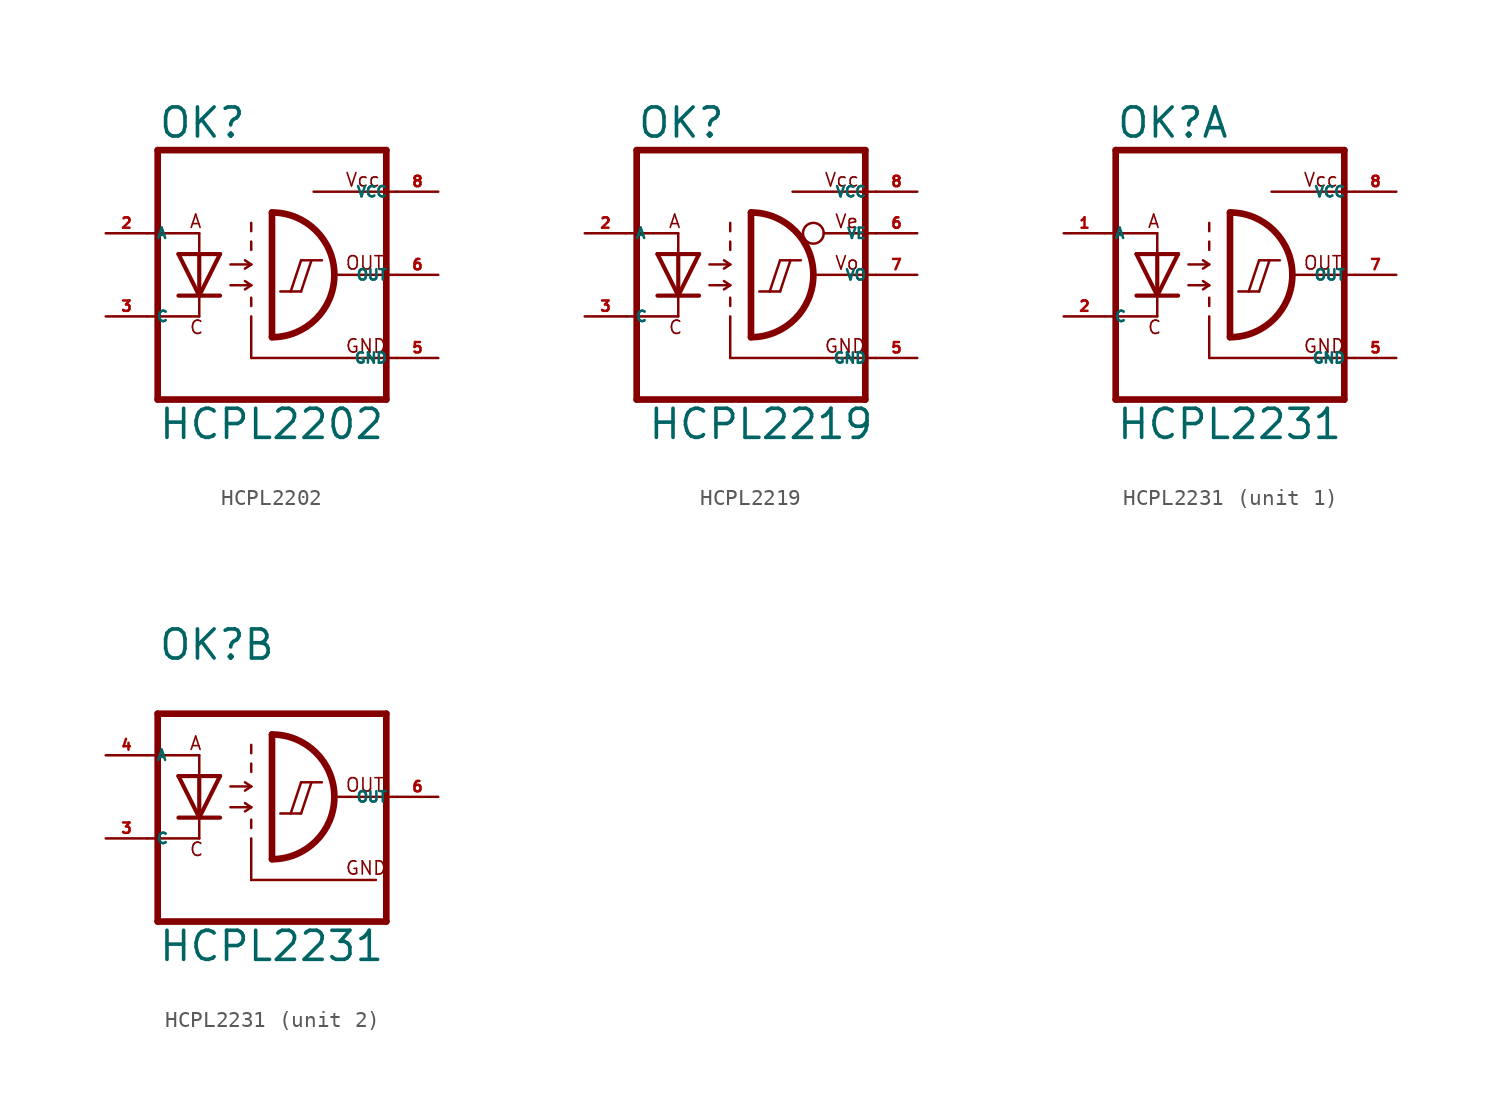
<source format=kicad_sym>
(kicad_symbol_lib
  (version 20220914)
  (generator kicad_symbol_editor)
  (symbol "HCPL2202"
    (property "Reference" "OK"
      (at -6.985 8.255 0)
      (effects (font (size 1.778 1.778) (thickness 0.22)) (justify left bottom)))
    (property "Value" "HCPL2202"
      (at -6.985 -10.16 0)
      (effects (font (size 1.778 1.778) (thickness 0.22)) (justify left bottom)))
    (symbol "HCPL2202_1_1"
      (arc (start 0 -3.81) (mid 3.7934 0) (end 0 3.81) (stroke (width 0.4064) (type default)) (fill (type none)))
      (polyline (pts (xy -7.62 -2.54) (xy -4.445 -2.54)) (stroke (width 0.152) (type default)) (fill (type none)))
      (polyline (pts (xy -7.62 2.54) (xy -4.445 2.54)) (stroke (width 0.152) (type default)) (fill (type none)))
      (polyline (pts (xy -6.985 7.62) (xy -6.985 -7.62)) (stroke (width 0.406) (type default)) (fill (type none)))
      (polyline (pts (xy -4.445 -2.54) (xy -4.445 -1.27)) (stroke (width 0.152) (type default)) (fill (type none)))
      (polyline (pts (xy -4.445 -1.27) (xy -5.715 -1.27)) (stroke (width 0.254) (type default)) (fill (type none)))
      (polyline (pts (xy -4.445 -1.27) (xy -5.715 1.27)) (stroke (width 0.254) (type default)) (fill (type none)))
      (polyline (pts (xy -4.445 1.27) (xy -5.715 1.27)) (stroke (width 0.254) (type default)) (fill (type none)))
      (polyline (pts (xy -4.445 1.27) (xy -4.445 -1.27)) (stroke (width 0.254) (type default)) (fill (type none)))
      (polyline (pts (xy -4.445 1.27) (xy -4.445 2.54)) (stroke (width 0.152) (type default)) (fill (type none)))
      (polyline (pts (xy -3.175 -1.27) (xy -4.445 -1.27)) (stroke (width 0.254) (type default)) (fill (type none)))
      (polyline (pts (xy -3.175 1.27) (xy -4.445 -1.27)) (stroke (width 0.254) (type default)) (fill (type none)))
      (polyline (pts (xy -3.175 1.27) (xy -4.445 1.27)) (stroke (width 0.254) (type default)) (fill (type none)))
      (polyline (pts (xy -2.54 -0.635) (xy -1.27 -0.635)) (stroke (width 0.152) (type default)) (fill (type none)))
      (polyline (pts (xy -2.54 0.635) (xy -1.27 0.635)) (stroke (width 0.152) (type default)) (fill (type none)))
      (polyline (pts (xy -1.27 -5.08) (xy -1.27 -2.54)) (stroke (width 0.152) (type default)) (fill (type none)))
      (polyline (pts (xy -1.27 -5.08) (xy 7.62 -5.08)) (stroke (width 0.152) (type default)) (fill (type none)))
      (polyline (pts (xy -1.27 -1.905) (xy -1.27 -1.397)) (stroke (width 0.152) (type default)) (fill (type none)))
      (polyline (pts (xy -1.27 -0.635) (xy -1.651 -0.889)) (stroke (width 0.152) (type default)) (fill (type none)))
      (polyline (pts (xy -1.27 -0.635) (xy -1.651 -0.381)) (stroke (width 0.152) (type default)) (fill (type none)))
      (polyline (pts (xy -1.27 0.635) (xy -1.651 0.381)) (stroke (width 0.152) (type default)) (fill (type none)))
      (polyline (pts (xy -1.27 0.635) (xy -1.651 0.889)) (stroke (width 0.152) (type default)) (fill (type none)))
      (polyline (pts (xy -1.27 1.524) (xy -1.27 2.032)) (stroke (width 0.152) (type default)) (fill (type none)))
      (polyline (pts (xy -1.27 2.667) (xy -1.27 3.175)) (stroke (width 0.152) (type default)) (fill (type none)))
      (polyline (pts (xy 0 3.81) (xy 0 -3.81)) (stroke (width 0.406) (type default)) (fill (type none)))
      (polyline (pts (xy 0.508 -1.016) (xy 1.143 -1.016)) (stroke (width 0.152) (type default)) (fill (type none)))
      (polyline (pts (xy 1.143 -1.016) (xy 1.778 -1.016)) (stroke (width 0.152) (type default)) (fill (type none)))
      (polyline (pts (xy 1.143 -1.016) (xy 1.778 0.889)) (stroke (width 0.152) (type default)) (fill (type none)))
      (polyline (pts (xy 1.778 -1.016) (xy 2.413 0.889)) (stroke (width 0.152) (type default)) (fill (type none)))
      (polyline (pts (xy 1.778 0.889) (xy 2.413 0.889)) (stroke (width 0.152) (type default)) (fill (type none)))
      (polyline (pts (xy 2.413 0.889) (xy 3.048 0.889)) (stroke (width 0.152) (type default)) (fill (type none)))
      (polyline (pts (xy 2.54 5.08) (xy 7.62 5.08)) (stroke (width 0.152) (type default)) (fill (type none)))
      (polyline (pts (xy 3.937 0) (xy 7.62 0)) (stroke (width 0.152) (type default)) (fill (type none)))
      (polyline (pts (xy 6.985 -7.62) (xy -6.985 -7.62)) (stroke (width 0.406) (type default)) (fill (type none)))
      (polyline (pts (xy 6.985 7.62) (xy -6.985 7.62)) (stroke (width 0.406) (type default)) (fill (type none)))
      (polyline (pts (xy 6.985 7.62) (xy 6.985 -7.62)) (stroke (width 0.406) (type default)) (fill (type none)))
      (text "A" (at -5.08 2.794 0) (effects (font (size 0.813 0.813) (thickness 0.1)) (justify left bottom)))
      (text "C" (at -5.08 -3.683 0) (effects (font (size 0.813 0.813) (thickness 0.1)) (justify left bottom)))
      (text "GND" (at 4.445 -4.826 0) (effects (font (size 0.813 0.813) (thickness 0.1)) (justify left bottom)))
      (text "OUT" (at 4.445 0.254 0) (effects (font (size 0.813 0.813) (thickness 0.1)) (justify left bottom)))
      (text "Vcc" (at 4.445 5.334 0) (effects (font (size 0.813 0.813) (thickness 0.1)) (justify left bottom)))
      (pin passive line (at -10.16 2.54 0) (length 2.54) (name "A" (effects (font (size 0.635 0.635)))) (number "2" (effects (font (size 0.635 0.635)))))
      (pin passive line (at -10.16 -2.54 0) (length 2.54) (name "C" (effects (font (size 0.635 0.635)))) (number "3" (effects (font (size 0.635 0.635)))))
      (pin passive line (at 10.16 -5.08 180) (length 2.54) (name "GND" (effects (font (size 0.635 0.635)))) (number "5" (effects (font (size 0.635 0.635)))))
      (pin passive line (at 10.16 0 180) (length 2.54) (name "OUT" (effects (font (size 0.635 0.635)))) (number "6" (effects (font (size 0.635 0.635)))))
      (pin passive line (at 10.16 5.08 180) (length 2.54) (name "VCC" (effects (font (size 0.635 0.635)))) (number "8" (effects (font (size 0.635 0.635)))))))
  (symbol "HCPL2219"
    (property "Reference" "OK"
      (at -6.985 8.255 0)
      (effects (font (size 1.778 1.778) (thickness 0.22)) (justify left bottom)))
    (property "Value" "HCPL2219"
      (at -6.35 -10.16 0)
      (effects (font (size 1.778 1.778) (thickness 0.22)) (justify left bottom)))
    (symbol "HCPL2219_1_1"
      (arc (start 0 -3.81) (mid 3.7934 0) (end 0 3.81) (stroke (width 0.4064) (type default)) (fill (type none)))
      (polyline (pts (xy -7.62 -2.54) (xy -4.445 -2.54)) (stroke (width 0.152) (type default)) (fill (type none)))
      (polyline (pts (xy -7.62 2.54) (xy -4.445 2.54)) (stroke (width 0.152) (type default)) (fill (type none)))
      (polyline (pts (xy -6.985 7.62) (xy -6.985 -7.62)) (stroke (width 0.406) (type default)) (fill (type none)))
      (polyline (pts (xy -4.445 -2.54) (xy -4.445 -1.27)) (stroke (width 0.152) (type default)) (fill (type none)))
      (polyline (pts (xy -4.445 -1.27) (xy -5.715 -1.27)) (stroke (width 0.254) (type default)) (fill (type none)))
      (polyline (pts (xy -4.445 -1.27) (xy -5.715 1.27)) (stroke (width 0.254) (type default)) (fill (type none)))
      (polyline (pts (xy -4.445 1.27) (xy -5.715 1.27)) (stroke (width 0.254) (type default)) (fill (type none)))
      (polyline (pts (xy -4.445 1.27) (xy -4.445 -1.27)) (stroke (width 0.254) (type default)) (fill (type none)))
      (polyline (pts (xy -4.445 1.27) (xy -4.445 2.54)) (stroke (width 0.152) (type default)) (fill (type none)))
      (polyline (pts (xy -3.175 -1.27) (xy -4.445 -1.27)) (stroke (width 0.254) (type default)) (fill (type none)))
      (polyline (pts (xy -3.175 1.27) (xy -4.445 -1.27)) (stroke (width 0.254) (type default)) (fill (type none)))
      (polyline (pts (xy -3.175 1.27) (xy -4.445 1.27)) (stroke (width 0.254) (type default)) (fill (type none)))
      (polyline (pts (xy -2.54 -0.635) (xy -1.27 -0.635)) (stroke (width 0.152) (type default)) (fill (type none)))
      (polyline (pts (xy -2.54 0.635) (xy -1.27 0.635)) (stroke (width 0.152) (type default)) (fill (type none)))
      (polyline (pts (xy -1.27 -5.08) (xy -1.27 -2.54)) (stroke (width 0.152) (type default)) (fill (type none)))
      (polyline (pts (xy -1.27 -5.08) (xy 7.62 -5.08)) (stroke (width 0.152) (type default)) (fill (type none)))
      (polyline (pts (xy -1.27 -1.905) (xy -1.27 -1.397)) (stroke (width 0.152) (type default)) (fill (type none)))
      (polyline (pts (xy -1.27 -0.635) (xy -1.651 -0.889)) (stroke (width 0.152) (type default)) (fill (type none)))
      (polyline (pts (xy -1.27 -0.635) (xy -1.651 -0.381)) (stroke (width 0.152) (type default)) (fill (type none)))
      (polyline (pts (xy -1.27 0.635) (xy -1.651 0.381)) (stroke (width 0.152) (type default)) (fill (type none)))
      (polyline (pts (xy -1.27 0.635) (xy -1.651 0.889)) (stroke (width 0.152) (type default)) (fill (type none)))
      (polyline (pts (xy -1.27 1.524) (xy -1.27 2.032)) (stroke (width 0.152) (type default)) (fill (type none)))
      (polyline (pts (xy -1.27 2.667) (xy -1.27 3.175)) (stroke (width 0.152) (type default)) (fill (type none)))
      (polyline (pts (xy 0 3.81) (xy 0 -3.81)) (stroke (width 0.406) (type default)) (fill (type none)))
      (polyline (pts (xy 0.508 -1.016) (xy 1.143 -1.016)) (stroke (width 0.152) (type default)) (fill (type none)))
      (polyline (pts (xy 1.143 -1.016) (xy 1.778 -1.016)) (stroke (width 0.152) (type default)) (fill (type none)))
      (polyline (pts (xy 1.143 -1.016) (xy 1.778 0.889)) (stroke (width 0.152) (type default)) (fill (type none)))
      (polyline (pts (xy 1.778 -1.016) (xy 2.413 0.889)) (stroke (width 0.152) (type default)) (fill (type none)))
      (polyline (pts (xy 1.778 0.889) (xy 2.413 0.889)) (stroke (width 0.152) (type default)) (fill (type none)))
      (polyline (pts (xy 2.413 0.889) (xy 3.048 0.889)) (stroke (width 0.152) (type default)) (fill (type none)))
      (polyline (pts (xy 2.54 5.08) (xy 7.62 5.08)) (stroke (width 0.152) (type default)) (fill (type none)))
      (polyline (pts (xy 3.937 0) (xy 7.62 0)) (stroke (width 0.152) (type default)) (fill (type none)))
      (polyline (pts (xy 4.445 2.54) (xy 7.62 2.54)) (stroke (width 0.152) (type default)) (fill (type none)))
      (polyline (pts (xy 6.985 -7.62) (xy -6.985 -7.62)) (stroke (width 0.406) (type default)) (fill (type none)))
      (polyline (pts (xy 6.985 7.62) (xy -6.985 7.62)) (stroke (width 0.406) (type default)) (fill (type none)))
      (polyline (pts (xy 6.985 7.62) (xy 6.985 -7.62)) (stroke (width 0.406) (type default)) (fill (type none)))
      (circle (center 3.81 2.54) (radius 0.635) (stroke (width 0.152) (type default)) (fill (type none)))
      (text "A" (at -5.08 2.794 0) (effects (font (size 0.813 0.813) (thickness 0.1)) (justify left bottom)))
      (text "C" (at -5.08 -3.683 0) (effects (font (size 0.813 0.813) (thickness 0.1)) (justify left bottom)))
      (text "GND" (at 4.445 -4.826 0) (effects (font (size 0.813 0.813) (thickness 0.1)) (justify left bottom)))
      (text "Vcc" (at 4.445 5.334 0) (effects (font (size 0.813 0.813) (thickness 0.1)) (justify left bottom)))
      (text "Ve" (at 5.08 2.794 0) (effects (font (size 0.813 0.813) (thickness 0.1)) (justify left bottom)))
      (text "Vo" (at 5.08 0.254 0) (effects (font (size 0.813 0.813) (thickness 0.1)) (justify left bottom)))
      (pin passive line (at -10.16 2.54 0) (length 2.54) (name "A" (effects (font (size 0.635 0.635)))) (number "2" (effects (font (size 0.635 0.635)))))
      (pin passive line (at -10.16 -2.54 0) (length 2.54) (name "C" (effects (font (size 0.635 0.635)))) (number "3" (effects (font (size 0.635 0.635)))))
      (pin passive line (at 10.16 -5.08 180) (length 2.54) (name "GND" (effects (font (size 0.635 0.635)))) (number "5" (effects (font (size 0.635 0.635)))))
      (pin passive line (at 10.16 2.54 180) (length 2.54) (name "VE" (effects (font (size 0.635 0.635)))) (number "6" (effects (font (size 0.635 0.635)))))
      (pin passive line (at 10.16 0 180) (length 2.54) (name "VO" (effects (font (size 0.635 0.635)))) (number "7" (effects (font (size 0.635 0.635)))))
      (pin passive line (at 10.16 5.08 180) (length 2.54) (name "VCC" (effects (font (size 0.635 0.635)))) (number "8" (effects (font (size 0.635 0.635)))))))
  (symbol "HCPL2231"
    (property "Reference" "OK"
      (at -6.985 8.255 0)
      (effects (font (size 1.778 1.778) (thickness 0.22)) (justify left bottom)))
    (property "Value" "HCPL2231"
      (at -6.985 -10.16 0)
      (effects (font (size 1.778 1.778) (thickness 0.22)) (justify left bottom)))
    (symbol "HCPL2231_1_0"
      (arc (start 0 -3.81) (mid 3.7934 0) (end 0 3.81) (stroke (width 0.4064) (type default)) (fill (type none)))
      (polyline (pts (xy -7.62 -2.54) (xy -4.445 -2.54)) (stroke (width 0.152) (type default)) (fill (type none)))
      (polyline (pts (xy -7.62 2.54) (xy -4.445 2.54)) (stroke (width 0.152) (type default)) (fill (type none)))
      (polyline (pts (xy -6.985 7.62) (xy -6.985 -7.62)) (stroke (width 0.406) (type default)) (fill (type none)))
      (polyline (pts (xy -4.445 -2.54) (xy -4.445 -1.27)) (stroke (width 0.152) (type default)) (fill (type none)))
      (polyline (pts (xy -4.445 -1.27) (xy -5.715 -1.27)) (stroke (width 0.254) (type default)) (fill (type none)))
      (polyline (pts (xy -4.445 -1.27) (xy -5.715 1.27)) (stroke (width 0.254) (type default)) (fill (type none)))
      (polyline (pts (xy -4.445 1.27) (xy -5.715 1.27)) (stroke (width 0.254) (type default)) (fill (type none)))
      (polyline (pts (xy -4.445 1.27) (xy -4.445 -1.27)) (stroke (width 0.254) (type default)) (fill (type none)))
      (polyline (pts (xy -4.445 1.27) (xy -4.445 2.54)) (stroke (width 0.152) (type default)) (fill (type none)))
      (polyline (pts (xy -3.175 -1.27) (xy -4.445 -1.27)) (stroke (width 0.254) (type default)) (fill (type none)))
      (polyline (pts (xy -3.175 1.27) (xy -4.445 -1.27)) (stroke (width 0.254) (type default)) (fill (type none)))
      (polyline (pts (xy -3.175 1.27) (xy -4.445 1.27)) (stroke (width 0.254) (type default)) (fill (type none)))
      (polyline (pts (xy -2.54 -0.635) (xy -1.27 -0.635)) (stroke (width 0.152) (type default)) (fill (type none)))
      (polyline (pts (xy -2.54 0.635) (xy -1.27 0.635)) (stroke (width 0.152) (type default)) (fill (type none)))
      (polyline (pts (xy -1.27 -5.08) (xy -1.27 -2.54)) (stroke (width 0.152) (type default)) (fill (type none)))
      (polyline (pts (xy -1.27 -5.08) (xy 7.62 -5.08)) (stroke (width 0.152) (type default)) (fill (type none)))
      (polyline (pts (xy -1.27 -1.905) (xy -1.27 -1.397)) (stroke (width 0.152) (type default)) (fill (type none)))
      (polyline (pts (xy -1.27 -0.635) (xy -1.651 -0.889)) (stroke (width 0.152) (type default)) (fill (type none)))
      (polyline (pts (xy -1.27 -0.635) (xy -1.651 -0.381)) (stroke (width 0.152) (type default)) (fill (type none)))
      (polyline (pts (xy -1.27 0.635) (xy -1.651 0.381)) (stroke (width 0.152) (type default)) (fill (type none)))
      (polyline (pts (xy -1.27 0.635) (xy -1.651 0.889)) (stroke (width 0.152) (type default)) (fill (type none)))
      (polyline (pts (xy -1.27 1.524) (xy -1.27 2.032)) (stroke (width 0.152) (type default)) (fill (type none)))
      (polyline (pts (xy -1.27 2.667) (xy -1.27 3.175)) (stroke (width 0.152) (type default)) (fill (type none)))
      (polyline (pts (xy 0 3.81) (xy 0 -3.81)) (stroke (width 0.406) (type default)) (fill (type none)))
      (polyline (pts (xy 0.508 -1.016) (xy 1.143 -1.016)) (stroke (width 0.152) (type default)) (fill (type none)))
      (polyline (pts (xy 1.143 -1.016) (xy 1.778 -1.016)) (stroke (width 0.152) (type default)) (fill (type none)))
      (polyline (pts (xy 1.143 -1.016) (xy 1.778 0.889)) (stroke (width 0.152) (type default)) (fill (type none)))
      (polyline (pts (xy 1.778 -1.016) (xy 2.413 0.889)) (stroke (width 0.152) (type default)) (fill (type none)))
      (polyline (pts (xy 1.778 0.889) (xy 2.413 0.889)) (stroke (width 0.152) (type default)) (fill (type none)))
      (polyline (pts (xy 2.413 0.889) (xy 3.048 0.889)) (stroke (width 0.152) (type default)) (fill (type none)))
      (polyline (pts (xy 2.54 5.08) (xy 7.62 5.08)) (stroke (width 0.152) (type default)) (fill (type none)))
      (polyline (pts (xy 3.937 0) (xy 7.62 0)) (stroke (width 0.152) (type default)) (fill (type none)))
      (polyline (pts (xy 6.985 -7.62) (xy -6.985 -7.62)) (stroke (width 0.406) (type default)) (fill (type none)))
      (polyline (pts (xy 6.985 7.62) (xy -6.985 7.62)) (stroke (width 0.406) (type default)) (fill (type none)))
      (polyline (pts (xy 6.985 7.62) (xy 6.985 -7.62)) (stroke (width 0.406) (type default)) (fill (type none)))
      (text "A" (at -5.08 2.794 0) (effects (font (size 0.813 0.813) (thickness 0.1)) (justify left bottom)))
      (text "C" (at -5.08 -3.683 0) (effects (font (size 0.813 0.813) (thickness 0.1)) (justify left bottom)))
      (text "GND" (at 4.445 -4.826 0) (effects (font (size 0.813 0.813) (thickness 0.1)) (justify left bottom)))
      (text "OUT" (at 4.445 0.254 0) (effects (font (size 0.813 0.813) (thickness 0.1)) (justify left bottom)))
      (text "Vcc" (at 4.445 5.334 0) (effects (font (size 0.813 0.813) (thickness 0.1)) (justify left bottom)))
      (pin passive line (at -10.16 2.54 0) (length 2.54) (name "A" (effects (font (size 0.635 0.635)))) (number "1" (effects (font (size 0.635 0.635)))))
      (pin passive line (at -10.16 -2.54 0) (length 2.54) (name "C" (effects (font (size 0.635 0.635)))) (number "2" (effects (font (size 0.635 0.635)))))
      (pin passive line (at 10.16 -5.08 180) (length 2.54) (name "GND" (effects (font (size 0.635 0.635)))) (number "5" (effects (font (size 0.635 0.635)))))
      (pin passive line (at 10.16 0 180) (length 2.54) (name "OUT" (effects (font (size 0.635 0.635)))) (number "7" (effects (font (size 0.635 0.635)))))
      (pin passive line (at 10.16 5.08 180) (length 2.54) (name "VCC" (effects (font (size 0.635 0.635)))) (number "8" (effects (font (size 0.635 0.635))))))
    (symbol "HCPL2231_2_0"
      (arc (start 0 -3.81) (mid 3.7934 0) (end 0 3.81) (stroke (width 0.4064) (type default)) (fill (type none)))
      (polyline (pts (xy -7.62 -2.54) (xy -4.445 -2.54)) (stroke (width 0.152) (type default)) (fill (type none)))
      (polyline (pts (xy -7.62 2.54) (xy -4.445 2.54)) (stroke (width 0.152) (type default)) (fill (type none)))
      (polyline (pts (xy -6.985 5.08) (xy -6.985 -7.62)) (stroke (width 0.406) (type default)) (fill (type none)))
      (polyline (pts (xy -4.445 -2.54) (xy -4.445 -1.27)) (stroke (width 0.152) (type default)) (fill (type none)))
      (polyline (pts (xy -4.445 -1.27) (xy -5.715 -1.27)) (stroke (width 0.254) (type default)) (fill (type none)))
      (polyline (pts (xy -4.445 -1.27) (xy -5.715 1.27)) (stroke (width 0.254) (type default)) (fill (type none)))
      (polyline (pts (xy -4.445 1.27) (xy -5.715 1.27)) (stroke (width 0.254) (type default)) (fill (type none)))
      (polyline (pts (xy -4.445 1.27) (xy -4.445 -1.27)) (stroke (width 0.254) (type default)) (fill (type none)))
      (polyline (pts (xy -4.445 1.27) (xy -4.445 2.54)) (stroke (width 0.152) (type default)) (fill (type none)))
      (polyline (pts (xy -3.175 -1.27) (xy -4.445 -1.27)) (stroke (width 0.254) (type default)) (fill (type none)))
      (polyline (pts (xy -3.175 1.27) (xy -4.445 -1.27)) (stroke (width 0.254) (type default)) (fill (type none)))
      (polyline (pts (xy -3.175 1.27) (xy -4.445 1.27)) (stroke (width 0.254) (type default)) (fill (type none)))
      (polyline (pts (xy -2.54 -0.635) (xy -1.27 -0.635)) (stroke (width 0.152) (type default)) (fill (type none)))
      (polyline (pts (xy -2.54 0.635) (xy -1.27 0.635)) (stroke (width 0.152) (type default)) (fill (type none)))
      (polyline (pts (xy -1.27 -5.08) (xy -1.27 -2.54)) (stroke (width 0.152) (type default)) (fill (type none)))
      (polyline (pts (xy -1.27 -5.08) (xy 6.35 -5.08)) (stroke (width 0.152) (type default)) (fill (type none)))
      (polyline (pts (xy -1.27 -1.905) (xy -1.27 -1.397)) (stroke (width 0.152) (type default)) (fill (type none)))
      (polyline (pts (xy -1.27 -0.635) (xy -1.651 -0.889)) (stroke (width 0.152) (type default)) (fill (type none)))
      (polyline (pts (xy -1.27 -0.635) (xy -1.651 -0.381)) (stroke (width 0.152) (type default)) (fill (type none)))
      (polyline (pts (xy -1.27 0.635) (xy -1.651 0.381)) (stroke (width 0.152) (type default)) (fill (type none)))
      (polyline (pts (xy -1.27 0.635) (xy -1.651 0.889)) (stroke (width 0.152) (type default)) (fill (type none)))
      (polyline (pts (xy -1.27 1.524) (xy -1.27 2.032)) (stroke (width 0.152) (type default)) (fill (type none)))
      (polyline (pts (xy -1.27 2.667) (xy -1.27 3.175)) (stroke (width 0.152) (type default)) (fill (type none)))
      (polyline (pts (xy 0 3.81) (xy 0 -3.81)) (stroke (width 0.406) (type default)) (fill (type none)))
      (polyline (pts (xy 0.508 -1.016) (xy 1.143 -1.016)) (stroke (width 0.152) (type default)) (fill (type none)))
      (polyline (pts (xy 1.143 -1.016) (xy 1.778 -1.016)) (stroke (width 0.152) (type default)) (fill (type none)))
      (polyline (pts (xy 1.143 -1.016) (xy 1.778 0.889)) (stroke (width 0.152) (type default)) (fill (type none)))
      (polyline (pts (xy 1.778 -1.016) (xy 2.413 0.889)) (stroke (width 0.152) (type default)) (fill (type none)))
      (polyline (pts (xy 1.778 0.889) (xy 2.413 0.889)) (stroke (width 0.152) (type default)) (fill (type none)))
      (polyline (pts (xy 2.413 0.889) (xy 3.048 0.889)) (stroke (width 0.152) (type default)) (fill (type none)))
      (polyline (pts (xy 3.937 0) (xy 7.62 0)) (stroke (width 0.152) (type default)) (fill (type none)))
      (polyline (pts (xy 6.985 -7.62) (xy -6.985 -7.62)) (stroke (width 0.406) (type default)) (fill (type none)))
      (polyline (pts (xy 6.985 5.08) (xy -6.985 5.08)) (stroke (width 0.406) (type default)) (fill (type none)))
      (polyline (pts (xy 6.985 5.08) (xy 6.985 -7.62)) (stroke (width 0.406) (type default)) (fill (type none)))
      (text "A" (at -5.08 2.794 0) (effects (font (size 0.813 0.813) (thickness 0.1)) (justify left bottom)))
      (text "C" (at -5.08 -3.683 0) (effects (font (size 0.813 0.813) (thickness 0.1)) (justify left bottom)))
      (text "GND" (at 4.445 -4.826 0) (effects (font (size 0.813 0.813) (thickness 0.1)) (justify left bottom)))
      (text "OUT" (at 4.445 0.254 0) (effects (font (size 0.813 0.813) (thickness 0.1)) (justify left bottom)))
      (pin passive line (at -10.16 -2.54 0) (length 2.54) (name "C" (effects (font (size 0.635 0.635)))) (number "3" (effects (font (size 0.635 0.635)))))
      (pin passive line (at -10.16 2.54 0) (length 2.54) (name "A" (effects (font (size 0.635 0.635)))) (number "4" (effects (font (size 0.635 0.635)))))
      (pin passive line (at 10.16 0 180) (length 2.54) (name "OUT" (effects (font (size 0.635 0.635)))) (number "6" (effects (font (size 0.635 0.635))))))))
</source>
